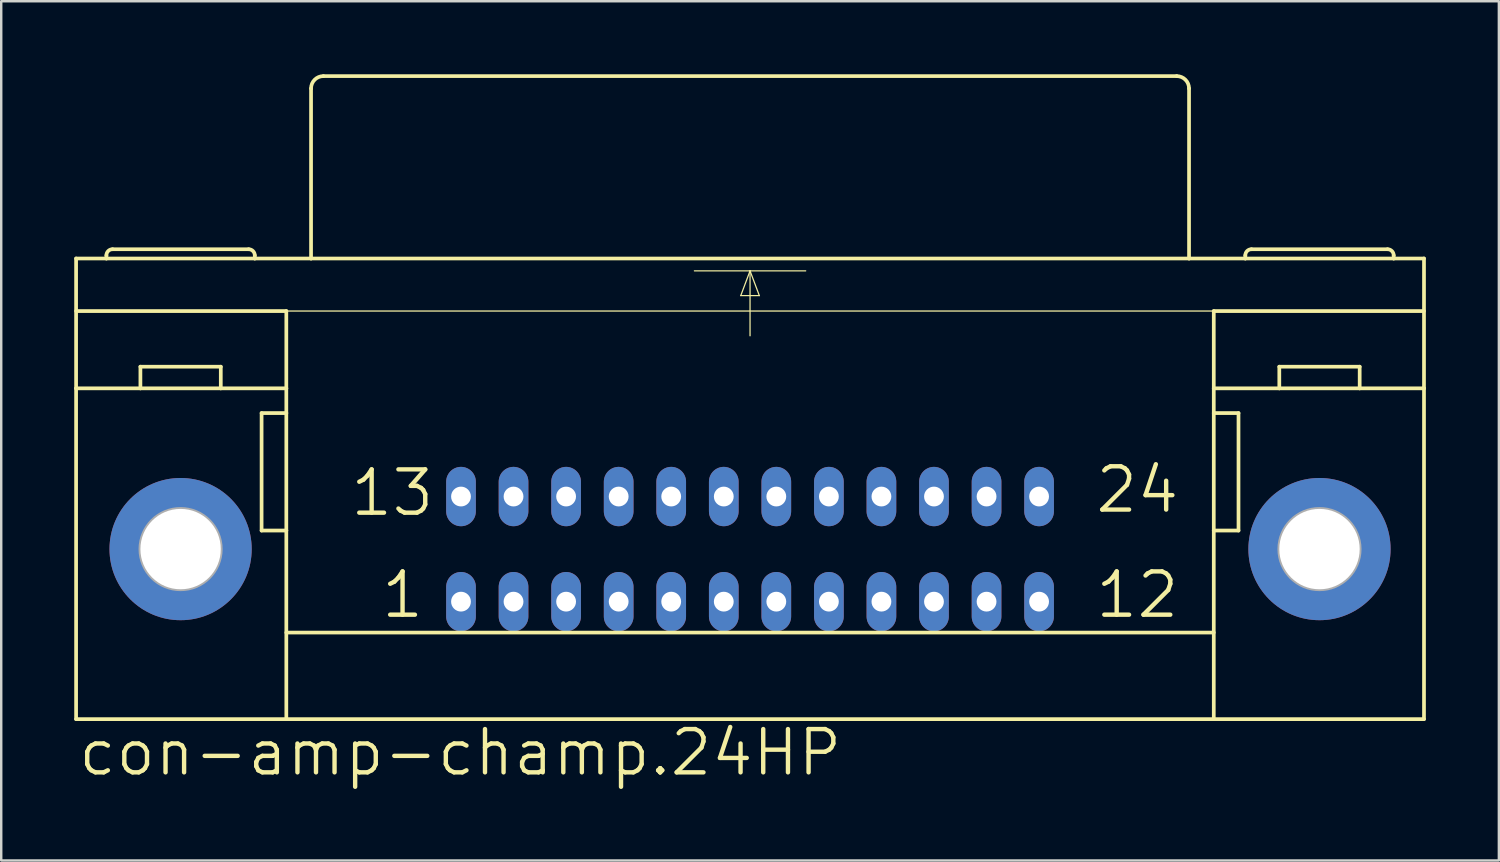
<source format=kicad_pcb>
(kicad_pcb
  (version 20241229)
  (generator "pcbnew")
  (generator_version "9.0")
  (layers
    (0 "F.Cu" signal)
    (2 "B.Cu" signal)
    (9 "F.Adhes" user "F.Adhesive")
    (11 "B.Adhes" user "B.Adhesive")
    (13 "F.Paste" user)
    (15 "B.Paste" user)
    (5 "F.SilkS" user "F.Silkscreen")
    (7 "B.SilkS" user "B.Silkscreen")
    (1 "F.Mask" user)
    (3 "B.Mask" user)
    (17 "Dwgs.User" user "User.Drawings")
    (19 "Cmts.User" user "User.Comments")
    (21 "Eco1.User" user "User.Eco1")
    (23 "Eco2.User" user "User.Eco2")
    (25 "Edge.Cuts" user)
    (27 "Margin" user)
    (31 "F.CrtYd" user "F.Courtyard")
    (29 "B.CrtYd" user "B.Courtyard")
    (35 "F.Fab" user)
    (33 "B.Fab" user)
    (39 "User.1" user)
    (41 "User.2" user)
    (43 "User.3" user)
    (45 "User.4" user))
  (footprint "con-amp-champ.24HP"
    (layer "F.Cu")
    (at 27.762 19.507)
    (property "Reference" "con-amp-champ.24HP" (at -27.686 9.398 0) (layer "F.SilkS") (effects (font (size 1.778 1.778) (thickness 0.18)) (justify left bottom)))
    (attr through_hole)
    (fp_line (start -27.686 -11.938) (end -26.441 -11.938) (stroke (width 0.152) (type default)) (layer "F.SilkS"))
    (fp_line (start -27.686 -9.779) (end -19.05 -9.779) (stroke (width 0.152) (type default)) (layer "F.SilkS"))
    (fp_line (start -27.686 -6.604) (end -27.686 -11.938) (stroke (width 0.152) (type default)) (layer "F.SilkS"))
    (fp_line (start -27.686 6.985) (end -27.686 -6.604) (stroke (width 0.152) (type default)) (layer "F.SilkS"))
    (fp_line (start -27.686 6.985) (end -19.05 6.985) (stroke (width 0.152) (type default)) (layer "F.SilkS"))
    (fp_line (start -26.441 -11.938) (end -26.441 -12.065) (stroke (width 0.152) (type default)) (layer "F.SilkS"))
    (fp_line (start -26.441 -11.938) (end -20.345 -11.938) (stroke (width 0.152) (type default)) (layer "F.SilkS"))
    (fp_line (start -25.044 -6.604) (end -27.686 -6.604) (stroke (width 0.152) (type default)) (layer "F.SilkS"))
    (fp_line (start -25.044 -6.604) (end -25.044 -7.493) (stroke (width 0.152) (type default)) (layer "F.SilkS"))
    (fp_line (start -21.742 -7.493) (end -25.044 -7.493) (stroke (width 0.152) (type default)) (layer "F.SilkS"))
    (fp_line (start -21.742 -6.604) (end -25.044 -6.604) (stroke (width 0.152) (type default)) (layer "F.SilkS"))
    (fp_line (start -21.742 -6.604) (end -21.742 -7.493) (stroke (width 0.152) (type default)) (layer "F.SilkS"))
    (fp_line (start -20.599 -12.319) (end -26.187 -12.319) (stroke (width 0.152) (type default)) (layer "F.SilkS"))
    (fp_line (start -20.345 -11.938) (end -20.345 -12.065) (stroke (width 0.152) (type default)) (layer "F.SilkS"))
    (fp_line (start -20.345 -11.938) (end -18.034 -11.938) (stroke (width 0.152) (type default)) (layer "F.SilkS"))
    (fp_line (start -20.066 -5.588) (end -20.066 -0.762) (stroke (width 0.152) (type default)) (layer "F.SilkS"))
    (fp_line (start -20.066 -0.762) (end -19.05 -0.762) (stroke (width 0.152) (type default)) (layer "F.SilkS"))
    (fp_line (start -19.05 -9.779) (end 19.05 -9.779) (stroke (width 0.051) (type default)) (layer "F.SilkS"))
    (fp_line (start -19.05 -6.604) (end -21.742 -6.604) (stroke (width 0.152) (type default)) (layer "F.SilkS"))
    (fp_line (start -19.05 -6.604) (end -19.05 -9.779) (stroke (width 0.152) (type default)) (layer "F.SilkS"))
    (fp_line (start -19.05 -5.588) (end -20.066 -5.588) (stroke (width 0.152) (type default)) (layer "F.SilkS"))
    (fp_line (start -19.05 -5.588) (end -19.05 -6.604) (stroke (width 0.152) (type default)) (layer "F.SilkS"))
    (fp_line (start -19.05 -0.762) (end -19.05 -5.588) (stroke (width 0.152) (type default)) (layer "F.SilkS"))
    (fp_line (start -19.05 3.429) (end 19.05 3.429) (stroke (width 0.152) (type default)) (layer "F.SilkS"))
    (fp_line (start -19.05 6.985) (end -19.05 -0.762) (stroke (width 0.152) (type default)) (layer "F.SilkS"))
    (fp_line (start -19.05 6.985) (end 19.05 6.985) (stroke (width 0.152) (type default)) (layer "F.SilkS"))
    (fp_line (start -18.034 -11.938) (end -18.034 -18.923) (stroke (width 0.152) (type default)) (layer "F.SilkS"))
    (fp_line (start -18.034 -11.938) (end 18.034 -11.938) (stroke (width 0.152) (type default)) (layer "F.SilkS"))
    (fp_line (start -17.526 -19.431) (end 17.526 -19.431) (stroke (width 0.152) (type default)) (layer "F.SilkS"))
    (fp_line (start -2.286 -11.43) (end 0 -11.43) (stroke (width 0.051) (type default)) (layer "F.SilkS"))
    (fp_line (start -0.381 -10.414) (end 0.381 -10.414) (stroke (width 0.051) (type default)) (layer "F.SilkS"))
    (fp_line (start 0 -11.43) (end -0.381 -10.414) (stroke (width 0.051) (type default)) (layer "F.SilkS"))
    (fp_line (start 0 -11.43) (end 0 -8.763) (stroke (width 0.051) (type default)) (layer "F.SilkS"))
    (fp_line (start 0 -11.43) (end 2.286 -11.43) (stroke (width 0.051) (type default)) (layer "F.SilkS"))
    (fp_line (start 0.381 -10.414) (end 0 -11.43) (stroke (width 0.051) (type default)) (layer "F.SilkS"))
    (fp_line (start 18.034 -11.938) (end 18.034 -18.923) (stroke (width 0.152) (type default)) (layer "F.SilkS"))
    (fp_line (start 18.034 -11.938) (end 20.345 -11.938) (stroke (width 0.152) (type default)) (layer "F.SilkS"))
    (fp_line (start 19.05 -9.779) (end 27.686 -9.779) (stroke (width 0.152) (type default)) (layer "F.SilkS"))
    (fp_line (start 19.05 -6.604) (end 19.05 -9.779) (stroke (width 0.152) (type default)) (layer "F.SilkS"))
    (fp_line (start 19.05 -6.604) (end 21.742 -6.604) (stroke (width 0.152) (type default)) (layer "F.SilkS"))
    (fp_line (start 19.05 -5.588) (end 19.05 -6.604) (stroke (width 0.152) (type default)) (layer "F.SilkS"))
    (fp_line (start 19.05 -5.588) (end 20.066 -5.588) (stroke (width 0.152) (type default)) (layer "F.SilkS"))
    (fp_line (start 19.05 -0.762) (end 19.05 -5.588) (stroke (width 0.152) (type default)) (layer "F.SilkS"))
    (fp_line (start 19.05 6.985) (end 19.05 -0.762) (stroke (width 0.152) (type default)) (layer "F.SilkS"))
    (fp_line (start 19.05 6.985) (end 27.686 6.985) (stroke (width 0.152) (type default)) (layer "F.SilkS"))
    (fp_line (start 20.066 -5.588) (end 20.066 -0.762) (stroke (width 0.152) (type default)) (layer "F.SilkS"))
    (fp_line (start 20.066 -0.762) (end 19.05 -0.762) (stroke (width 0.152) (type default)) (layer "F.SilkS"))
    (fp_line (start 20.345 -11.938) (end 20.345 -12.065) (stroke (width 0.152) (type default)) (layer "F.SilkS"))
    (fp_line (start 20.345 -11.938) (end 26.441 -11.938) (stroke (width 0.152) (type default)) (layer "F.SilkS"))
    (fp_line (start 20.599 -12.319) (end 26.187 -12.319) (stroke (width 0.152) (type default)) (layer "F.SilkS"))
    (fp_line (start 21.742 -7.493) (end 25.044 -7.493) (stroke (width 0.152) (type default)) (layer "F.SilkS"))
    (fp_line (start 21.742 -6.604) (end 21.742 -7.493) (stroke (width 0.152) (type default)) (layer "F.SilkS"))
    (fp_line (start 21.742 -6.604) (end 25.044 -6.604) (stroke (width 0.152) (type default)) (layer "F.SilkS"))
    (fp_line (start 25.044 -6.604) (end 25.044 -7.493) (stroke (width 0.152) (type default)) (layer "F.SilkS"))
    (fp_line (start 25.044 -6.604) (end 27.686 -6.604) (stroke (width 0.152) (type default)) (layer "F.SilkS"))
    (fp_line (start 26.441 -11.938) (end 26.441 -12.065) (stroke (width 0.152) (type default)) (layer "F.SilkS"))
    (fp_line (start 26.441 -11.938) (end 27.686 -11.938) (stroke (width 0.152) (type default)) (layer "F.SilkS"))
    (fp_line (start 27.686 -11.938) (end 27.686 -6.604) (stroke (width 0.152) (type default)) (layer "F.SilkS"))
    (fp_line (start 27.686 -6.604) (end 27.686 6.985) (stroke (width 0.152) (type default)) (layer "F.SilkS"))
    (fp_arc (start -26.4414 -12.065) (mid -26.367005 -12.244605) (end -26.1874 -12.319) (stroke (width 0.1524) (type default)) (layer "F.SilkS"))
    (fp_arc (start -20.5994 -12.319) (mid -20.419795 -12.244605) (end -20.3454 -12.065) (stroke (width 0.1524) (type default)) (layer "F.SilkS"))
    (fp_arc (start -18.034 -18.923) (mid -17.88521 -19.28221) (end -17.526 -19.431) (stroke (width 0.1524) (type default)) (layer "F.SilkS"))
    (fp_arc (start 17.526 -19.431) (mid 17.88521 -19.28221) (end 18.034 -18.923) (stroke (width 0.1524) (type default)) (layer "F.SilkS"))
    (fp_arc (start 20.3454 -12.065) (mid 20.419795 -12.244605) (end 20.5994 -12.319) (stroke (width 0.1524) (type default)) (layer "F.SilkS"))
    (fp_arc (start 26.1874 -12.319) (mid 26.367005 -12.244605) (end 26.4414 -12.065) (stroke (width 0.1524) (type default)) (layer "F.SilkS"))
    (fp_circle (center -23.393 0) (end -21.742 0) (stroke (width 0.152) (type default)) (fill no) (layer "F.Fab"))
    (fp_circle (center 23.393 0) (end 25.044 0) (stroke (width 0.152) (type default)) (fill no) (layer "F.Fab"))
    (fp_text user "13" (at -16.51 -1.27 0) (layer "F.SilkS") (effects (font (size 1.778 1.778) (thickness 0.18)) (justify left bottom)))
    (fp_text user "1" (at -15.24 2.921 0) (layer "F.SilkS") (effects (font (size 1.778 1.778) (thickness 0.18)) (justify left bottom)))
    (fp_text user "24" (at 14.097 -1.397 0) (layer "F.SilkS") (effects (font (size 1.778 1.778) (thickness 0.18)) (justify left bottom)))
    (fp_text user "12" (at 14.097 2.921 0) (layer "F.SilkS") (effects (font (size 1.778 1.778) (thickness 0.18)) (justify left bottom)))
    (pad "1" thru_hole oval (at -11.874 2.159 90) (size 2.438 1.219) (drill 0.813) (layers "*.Cu" "*.Mask"))
    (pad "2" thru_hole oval (at -9.716 2.159 90) (size 2.438 1.219) (drill 0.813) (layers "*.Cu" "*.Mask"))
    (pad "3" thru_hole oval (at -7.556 2.159 90) (size 2.438 1.219) (drill 0.813) (layers "*.Cu" "*.Mask"))
    (pad "4" thru_hole oval (at -5.397 2.159 90) (size 2.438 1.219) (drill 0.813) (layers "*.Cu" "*.Mask"))
    (pad "5" thru_hole oval (at -3.239 2.159 90) (size 2.438 1.219) (drill 0.813) (layers "*.Cu" "*.Mask"))
    (pad "6" thru_hole oval (at -1.079 2.159 90) (size 2.438 1.219) (drill 0.813) (layers "*.Cu" "*.Mask"))
    (pad "7" thru_hole oval (at 1.079 2.159 90) (size 2.438 1.219) (drill 0.813) (layers "*.Cu" "*.Mask"))
    (pad "8" thru_hole oval (at 3.239 2.159 90) (size 2.438 1.219) (drill 0.813) (layers "*.Cu" "*.Mask"))
    (pad "9" thru_hole oval (at 5.397 2.159 90) (size 2.438 1.219) (drill 0.813) (layers "*.Cu" "*.Mask"))
    (pad "10" thru_hole oval (at 7.556 2.159 90) (size 2.438 1.219) (drill 0.813) (layers "*.Cu" "*.Mask"))
    (pad "11" thru_hole oval (at 9.716 2.159 90) (size 2.438 1.219) (drill 0.813) (layers "*.Cu" "*.Mask"))
    (pad "12" thru_hole oval (at 11.874 2.159 90) (size 2.438 1.219) (drill 0.813) (layers "*.Cu" "*.Mask"))
    (pad "13" thru_hole oval (at -11.874 -2.159 90) (size 2.438 1.219) (drill 0.813) (layers "*.Cu" "*.Mask"))
    (pad "14" thru_hole oval (at -9.716 -2.159 90) (size 2.438 1.219) (drill 0.813) (layers "*.Cu" "*.Mask"))
    (pad "15" thru_hole oval (at -7.556 -2.159 90) (size 2.438 1.219) (drill 0.813) (layers "*.Cu" "*.Mask"))
    (pad "16" thru_hole oval (at -5.397 -2.159 90) (size 2.438 1.219) (drill 0.813) (layers "*.Cu" "*.Mask"))
    (pad "17" thru_hole oval (at -3.239 -2.159 90) (size 2.438 1.219) (drill 0.813) (layers "*.Cu" "*.Mask"))
    (pad "18" thru_hole oval (at -1.079 -2.159 90) (size 2.438 1.219) (drill 0.813) (layers "*.Cu" "*.Mask"))
    (pad "19" thru_hole oval (at 1.079 -2.159 90) (size 2.438 1.219) (drill 0.813) (layers "*.Cu" "*.Mask"))
    (pad "20" thru_hole oval (at 3.239 -2.159 90) (size 2.438 1.219) (drill 0.813) (layers "*.Cu" "*.Mask"))
    (pad "21" thru_hole oval (at 5.397 -2.159 90) (size 2.438 1.219) (drill 0.813) (layers "*.Cu" "*.Mask"))
    (pad "22" thru_hole oval (at 7.556 -2.159 90) (size 2.438 1.219) (drill 0.813) (layers "*.Cu" "*.Mask"))
    (pad "23" thru_hole oval (at 9.716 -2.159 90) (size 2.438 1.219) (drill 0.813) (layers "*.Cu" "*.Mask"))
    (pad "24" thru_hole oval (at 11.874 -2.159 90) (size 2.438 1.219) (drill 0.813) (layers "*.Cu" "*.Mask"))
    (pad "G" thru_hole circle (at -23.393 0) (size 5.842 5.842) (drill 3.302) (layers "*.Cu" "*.Mask"))
    (pad "G1" thru_hole circle (at 23.393 0) (size 5.842 5.842) (drill 3.302) (layers "*.Cu" "*.Mask")))
  (gr_rect
    (start -3 -3)
    (end 58.524 32.299)
    (stroke (width 0.1) (type default))
    (fill no)
    (layer "Edge.Cuts")))
</source>
